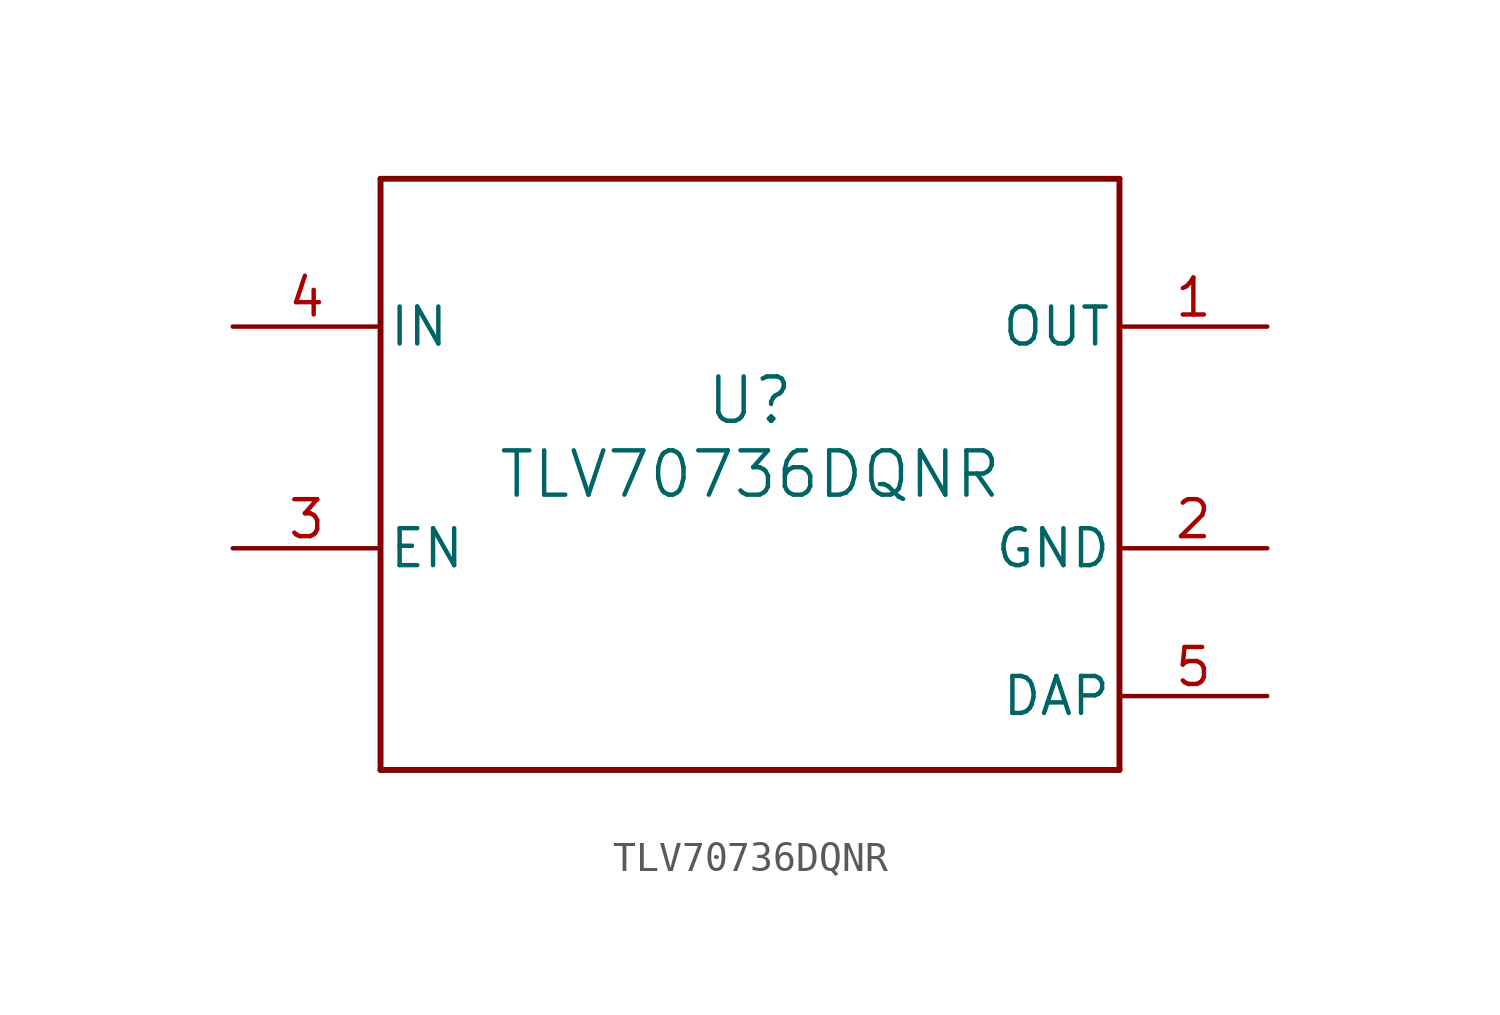
<source format=kicad_sym>
(kicad_symbol_lib
  (version 20211014)
  (generator kicad_symbol_editor)
  (symbol "TLV70736DQNR"
    (pin_names
      (offset 0.254))
    (property "Reference" "U"
      (at 0 2.54 0)
      (effects (font (size 1.524 1.524))))
    (property "Value" "TLV70736DQNR"
      (at 0 0 0)
      (effects (font (size 1.524 1.524))))
    (polyline
      (pts (xy -12.7 -10.16) (xy 12.7 -10.16))
      (stroke (width 0.203) (type default) (color 0 0 0 0))
      (fill (type none)))
    (polyline
      (pts (xy 12.7 -10.16) (xy 12.7 10.16))
      (stroke (width 0.203) (type default) (color 0 0 0 0))
      (fill (type none)))
    (polyline
      (pts (xy 12.7 10.16) (xy -12.7 10.16))
      (stroke (width 0.203) (type default) (color 0 0 0 0))
      (fill (type none)))
    (polyline
      (pts (xy -12.7 10.16) (xy -12.7 -10.16))
      (stroke (width 0.203) (type default) (color 0 0 0 0))
      (fill (type none)))
    (pin power_in line
      (at 17.78 5.08 180)
      (length 5.08)
      (name "OUT" (effects (font (size 1.27 1.27))))
      (number "1" (effects (font (size 1.27 1.27)))))
    (pin power_in line
      (at 17.78 -2.54 180)
      (length 5.08)
      (name "GND" (effects (font (size 1.27 1.27))))
      (number "2" (effects (font (size 1.27 1.27)))))
    (pin input line
      (at -17.78 -2.54 0)
      (length 5.08)
      (name "EN" (effects (font (size 1.27 1.27))))
      (number "3" (effects (font (size 1.27 1.27)))))
    (pin power_in line
      (at -17.78 5.08 0)
      (length 5.08)
      (name "IN" (effects (font (size 1.27 1.27))))
      (number "4" (effects (font (size 1.27 1.27)))))
    (pin unspecified line
      (at 17.78 -7.62 180)
      (length 5.08)
      (name "DAP" (effects (font (size 1.27 1.27))))
      (number "5" (effects (font (size 1.27 1.27)))))))
</source>
